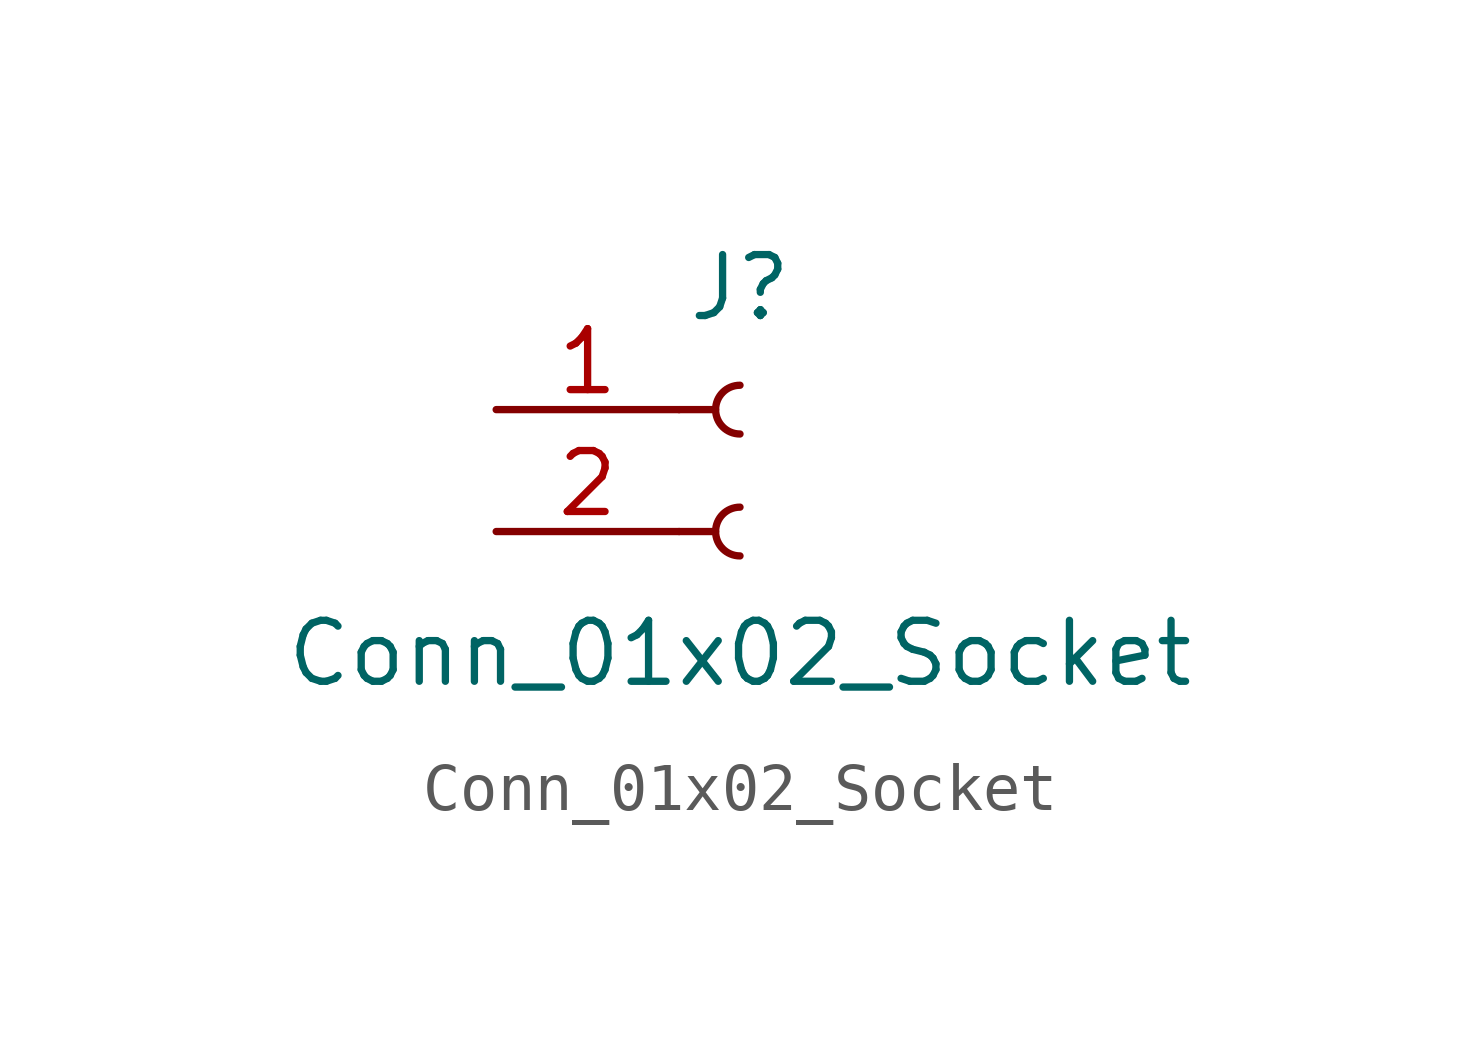
<source format=kicad_sym>
(kicad_symbol_lib
  (version 20241209)
  (generator "kicad_symbol_editor")
  (generator_version "9.0")
  (symbol "Conn_01x02_Socket"
    (pin_names
      (offset 1.016)
      (hide yes))
    (property "Reference" "J"
      (at 0 2.54 0)
      (effects (font (size 1.27 1.27))))
    (property "Value" "Conn_01x02_Socket"
      (at 0 -5.08 0)
      (effects (font (size 1.27 1.27))))
    (symbol "Conn_01x02_Socket_1_1"
      (polyline (pts (xy -1.27 0) (xy -0.508 0)) (stroke (width 0.152) (type default)) (fill (type none)))
      (polyline (pts (xy -1.27 -2.54) (xy -0.508 -2.54)) (stroke (width 0.152) (type default)) (fill (type none)))
      (arc (start 0 -0.508) (mid -0.5058 0) (end 0 0.508) (stroke (width 0.1524) (type default)) (fill (type none)))
      (arc (start 0 -3.048) (mid -0.5058 -2.54) (end 0 -2.032) (stroke (width 0.1524) (type default)) (fill (type none)))
      (pin passive line (at -5.08 0 0) (length 3.81) (name "Pin_1" (effects (font (size 1.27 1.27)))) (number "1" (effects (font (size 1.27 1.27)))))
      (pin passive line (at -5.08 -2.54 0) (length 3.81) (name "Pin_2" (effects (font (size 1.27 1.27)))) (number "2" (effects (font (size 1.27 1.27))))))))
</source>
